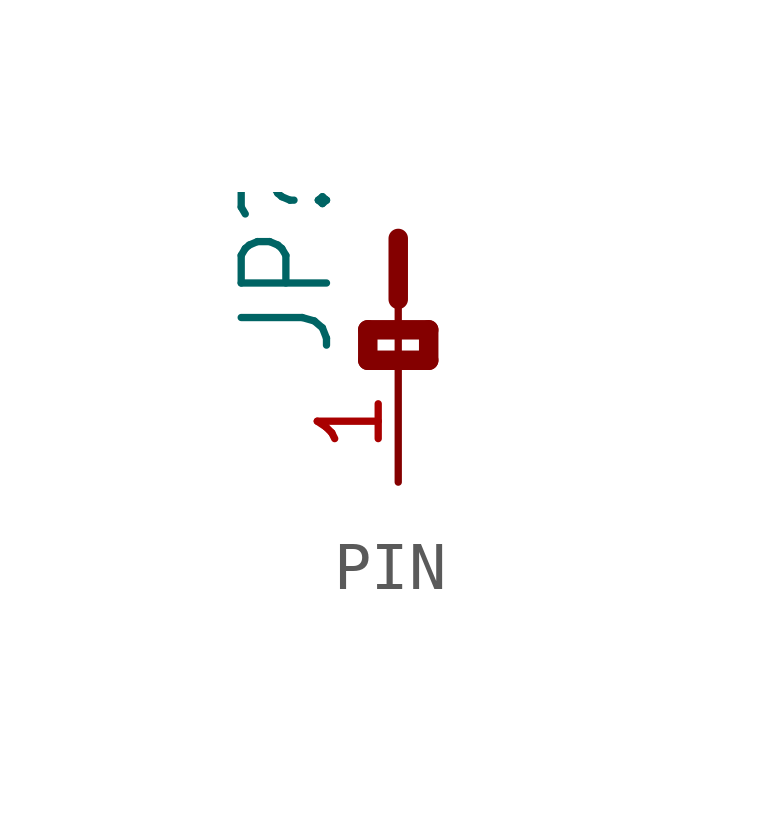
<source format=kicad_sym>
(kicad_symbol_lib
  (version 20231120)
  (generator "kicad_symbol_editor")
  (generator_version "8.0")
  (symbol "PIN"
    (property "Reference" "JP"
      (at -1.27 0 90)
      (effects (font (size 1.778 1.511)) (justify left bottom)))
    (property "Value" ""
      (at 3.175 0 90)
      (effects (font (size 1.778 1.511)) (justify left bottom)))
    (property "ki_locked" ""
      (at 0 0 0)
      (effects (font (size 1.27 1.27))))
    (symbol "PIN_1_0"
      (polyline (pts (xy -0.635 0) (xy 0.635 0)) (stroke (width 0.406) (type solid)) (fill (type none)))
      (polyline (pts (xy -0.635 0.635) (xy -0.635 0)) (stroke (width 0.406) (type solid)) (fill (type none)))
      (polyline (pts (xy 0 0) (xy 0 1.27)) (stroke (width 0.152) (type solid)) (fill (type none)))
      (polyline (pts (xy 0 2.54) (xy 0 1.27)) (stroke (width 0.406) (type solid)) (fill (type none)))
      (polyline (pts (xy 0.635 0) (xy 0.635 0.635)) (stroke (width 0.406) (type solid)) (fill (type none)))
      (polyline (pts (xy 0.635 0.635) (xy -0.635 0.635)) (stroke (width 0.406) (type solid)) (fill (type none)))
      (pin passive line (at 0 -2.54 90) (length 2.54) (name "1" (effects (font (size 0 0)))) (number "1" (effects (font (size 1.27 1.27))))))))
</source>
